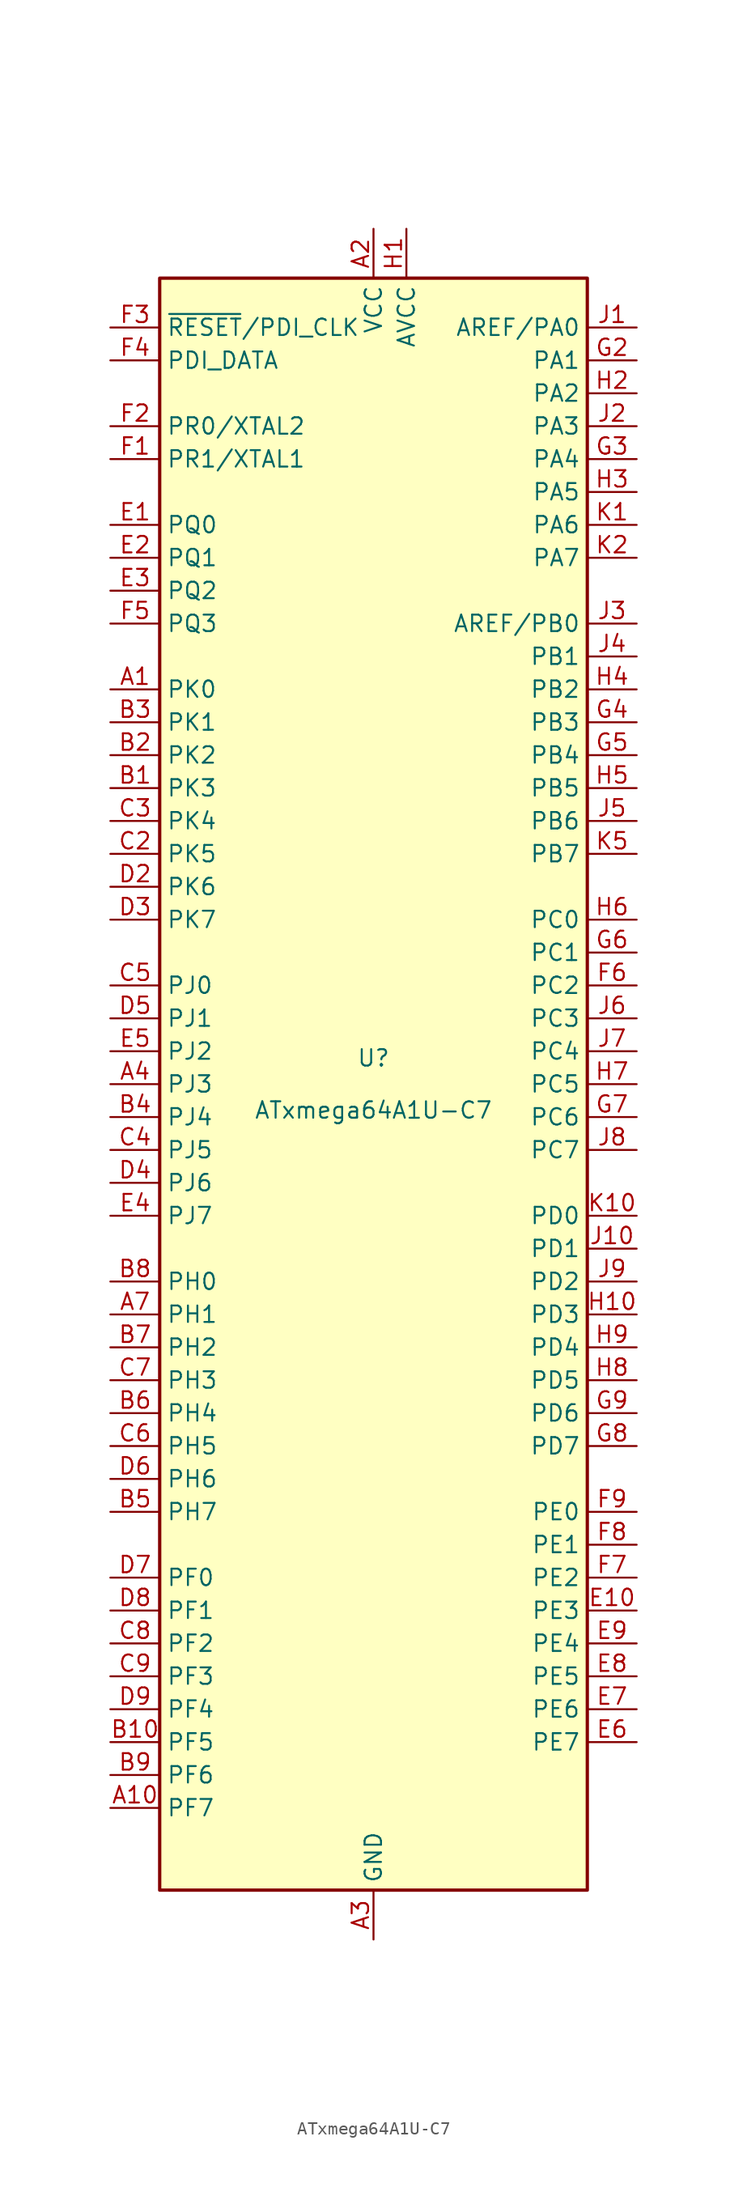
<source format=kicad_sym>
(kicad_symbol_lib
  (version 20201005)
  (generator kicad_symbol_editor)
  (symbol "ATxmega64A1U-C7"
    (property "Reference" "U"
      (at 0 1.27 0)
      (effects (font (size 1.27 1.27)) (justify bottom)))
    (property "Value" "ATxmega64A1U-C7"
      (at 0 -1.27 0)
      (effects (font (size 1.27 1.27)) (justify top)))
    (symbol "ATxmega64A1U-C7_0_1"
      (rectangle (start -16.51 -62.23) (end 16.51 62.23) (stroke (width 0.254)) (fill (type background))))
    (symbol "ATxmega64A1U-C7_1_1"
      (pin bidirectional line (at -20.32 30.48 0) (length 3.81) (name "PK0" (effects (font (size 1.27 1.27)))) (number "A1" (effects (font (size 1.27 1.27)))))
      (pin bidirectional line (at -20.32 -55.88 0) (length 3.81) (name "PF7" (effects (font (size 1.27 1.27)))) (number "A10" (effects (font (size 1.27 1.27)))))
      (pin power_in line (at 0 66.04 270) (length 3.81) (name "VCC" (effects (font (size 1.27 1.27)))) (number "A2" (effects (font (size 1.27 1.27)))))
      (pin power_in line (at 0 -66.04 90) (length 3.81) (name "GND" (effects (font (size 1.27 1.27)))) (number "A3" (effects (font (size 1.27 1.27)))))
      (pin bidirectional line (at -20.32 0 0) (length 3.81) (name "PJ3" (effects (font (size 1.27 1.27)))) (number "A4" (effects (font (size 1.27 1.27)))))
      (pin passive line (at 0 66.04 270) (length 3.81) hide (name "VCC" (effects (font (size 1.27 1.27)))) (number "A5" (effects (font (size 1.27 1.27)))))
      (pin passive line (at 0 -66.04 90) (length 3.81) hide (name "GND" (effects (font (size 1.27 1.27)))) (number "A6" (effects (font (size 1.27 1.27)))))
      (pin bidirectional line (at -20.32 -17.78 0) (length 3.81) (name "PH1" (effects (font (size 1.27 1.27)))) (number "A7" (effects (font (size 1.27 1.27)))))
      (pin passive line (at 0 -66.04 90) (length 3.81) hide (name "GND" (effects (font (size 1.27 1.27)))) (number "A8" (effects (font (size 1.27 1.27)))))
      (pin passive line (at 0 66.04 270) (length 3.81) hide (name "VCC" (effects (font (size 1.27 1.27)))) (number "A9" (effects (font (size 1.27 1.27)))))
      (pin bidirectional line (at -20.32 22.86 0) (length 3.81) (name "PK3" (effects (font (size 1.27 1.27)))) (number "B1" (effects (font (size 1.27 1.27)))))
      (pin bidirectional line (at -20.32 -50.8 0) (length 3.81) (name "PF5" (effects (font (size 1.27 1.27)))) (number "B10" (effects (font (size 1.27 1.27)))))
      (pin bidirectional line (at -20.32 25.4 0) (length 3.81) (name "PK2" (effects (font (size 1.27 1.27)))) (number "B2" (effects (font (size 1.27 1.27)))))
      (pin bidirectional line (at -20.32 27.94 0) (length 3.81) (name "PK1" (effects (font (size 1.27 1.27)))) (number "B3" (effects (font (size 1.27 1.27)))))
      (pin bidirectional line (at -20.32 -2.54 0) (length 3.81) (name "PJ4" (effects (font (size 1.27 1.27)))) (number "B4" (effects (font (size 1.27 1.27)))))
      (pin bidirectional line (at -20.32 -33.02 0) (length 3.81) (name "PH7" (effects (font (size 1.27 1.27)))) (number "B5" (effects (font (size 1.27 1.27)))))
      (pin bidirectional line (at -20.32 -25.4 0) (length 3.81) (name "PH4" (effects (font (size 1.27 1.27)))) (number "B6" (effects (font (size 1.27 1.27)))))
      (pin bidirectional line (at -20.32 -20.32 0) (length 3.81) (name "PH2" (effects (font (size 1.27 1.27)))) (number "B7" (effects (font (size 1.27 1.27)))))
      (pin bidirectional line (at -20.32 -15.24 0) (length 3.81) (name "PH0" (effects (font (size 1.27 1.27)))) (number "B8" (effects (font (size 1.27 1.27)))))
      (pin bidirectional line (at -20.32 -53.34 0) (length 3.81) (name "PF6" (effects (font (size 1.27 1.27)))) (number "B9" (effects (font (size 1.27 1.27)))))
      (pin passive line (at 0 66.04 270) (length 3.81) hide (name "VCC" (effects (font (size 1.27 1.27)))) (number "C1" (effects (font (size 1.27 1.27)))))
      (pin passive line (at 0 66.04 270) (length 3.81) hide (name "VCC" (effects (font (size 1.27 1.27)))) (number "C10" (effects (font (size 1.27 1.27)))))
      (pin bidirectional line (at -20.32 17.78 0) (length 3.81) (name "PK5" (effects (font (size 1.27 1.27)))) (number "C2" (effects (font (size 1.27 1.27)))))
      (pin bidirectional line (at -20.32 20.32 0) (length 3.81) (name "PK4" (effects (font (size 1.27 1.27)))) (number "C3" (effects (font (size 1.27 1.27)))))
      (pin bidirectional line (at -20.32 -5.08 0) (length 3.81) (name "PJ5" (effects (font (size 1.27 1.27)))) (number "C4" (effects (font (size 1.27 1.27)))))
      (pin bidirectional line (at -20.32 7.62 0) (length 3.81) (name "PJ0" (effects (font (size 1.27 1.27)))) (number "C5" (effects (font (size 1.27 1.27)))))
      (pin bidirectional line (at -20.32 -27.94 0) (length 3.81) (name "PH5" (effects (font (size 1.27 1.27)))) (number "C6" (effects (font (size 1.27 1.27)))))
      (pin bidirectional line (at -20.32 -22.86 0) (length 3.81) (name "PH3" (effects (font (size 1.27 1.27)))) (number "C7" (effects (font (size 1.27 1.27)))))
      (pin bidirectional line (at -20.32 -43.18 0) (length 3.81) (name "PF2" (effects (font (size 1.27 1.27)))) (number "C8" (effects (font (size 1.27 1.27)))))
      (pin bidirectional line (at -20.32 -45.72 0) (length 3.81) (name "PF3" (effects (font (size 1.27 1.27)))) (number "C9" (effects (font (size 1.27 1.27)))))
      (pin passive line (at 0 -66.04 90) (length 3.81) hide (name "GND" (effects (font (size 1.27 1.27)))) (number "D1" (effects (font (size 1.27 1.27)))))
      (pin passive line (at 0 -66.04 90) (length 3.81) hide (name "GND" (effects (font (size 1.27 1.27)))) (number "D10" (effects (font (size 1.27 1.27)))))
      (pin bidirectional line (at -20.32 15.24 0) (length 3.81) (name "PK6" (effects (font (size 1.27 1.27)))) (number "D2" (effects (font (size 1.27 1.27)))))
      (pin bidirectional line (at -20.32 12.7 0) (length 3.81) (name "PK7" (effects (font (size 1.27 1.27)))) (number "D3" (effects (font (size 1.27 1.27)))))
      (pin bidirectional line (at -20.32 -7.62 0) (length 3.81) (name "PJ6" (effects (font (size 1.27 1.27)))) (number "D4" (effects (font (size 1.27 1.27)))))
      (pin bidirectional line (at -20.32 5.08 0) (length 3.81) (name "PJ1" (effects (font (size 1.27 1.27)))) (number "D5" (effects (font (size 1.27 1.27)))))
      (pin bidirectional line (at -20.32 -30.48 0) (length 3.81) (name "PH6" (effects (font (size 1.27 1.27)))) (number "D6" (effects (font (size 1.27 1.27)))))
      (pin bidirectional line (at -20.32 -38.1 0) (length 3.81) (name "PF0" (effects (font (size 1.27 1.27)))) (number "D7" (effects (font (size 1.27 1.27)))))
      (pin bidirectional line (at -20.32 -40.64 0) (length 3.81) (name "PF1" (effects (font (size 1.27 1.27)))) (number "D8" (effects (font (size 1.27 1.27)))))
      (pin bidirectional line (at -20.32 -48.26 0) (length 3.81) (name "PF4" (effects (font (size 1.27 1.27)))) (number "D9" (effects (font (size 1.27 1.27)))))
      (pin bidirectional line (at -20.32 43.18 0) (length 3.81) (name "PQ0" (effects (font (size 1.27 1.27)))) (number "E1" (effects (font (size 1.27 1.27)))))
      (pin bidirectional line (at 20.32 -40.64 180) (length 3.81) (name "PE3" (effects (font (size 1.27 1.27)))) (number "E10" (effects (font (size 1.27 1.27)))))
      (pin bidirectional line (at -20.32 40.64 0) (length 3.81) (name "PQ1" (effects (font (size 1.27 1.27)))) (number "E2" (effects (font (size 1.27 1.27)))))
      (pin bidirectional line (at -20.32 38.1 0) (length 3.81) (name "PQ2" (effects (font (size 1.27 1.27)))) (number "E3" (effects (font (size 1.27 1.27)))))
      (pin bidirectional line (at -20.32 -10.16 0) (length 3.81) (name "PJ7" (effects (font (size 1.27 1.27)))) (number "E4" (effects (font (size 1.27 1.27)))))
      (pin bidirectional line (at -20.32 2.54 0) (length 3.81) (name "PJ2" (effects (font (size 1.27 1.27)))) (number "E5" (effects (font (size 1.27 1.27)))))
      (pin bidirectional line (at 20.32 -50.8 180) (length 3.81) (name "PE7" (effects (font (size 1.27 1.27)))) (number "E6" (effects (font (size 1.27 1.27)))))
      (pin bidirectional line (at 20.32 -48.26 180) (length 3.81) (name "PE6" (effects (font (size 1.27 1.27)))) (number "E7" (effects (font (size 1.27 1.27)))))
      (pin bidirectional line (at 20.32 -45.72 180) (length 3.81) (name "PE5" (effects (font (size 1.27 1.27)))) (number "E8" (effects (font (size 1.27 1.27)))))
      (pin bidirectional line (at 20.32 -43.18 180) (length 3.81) (name "PE4" (effects (font (size 1.27 1.27)))) (number "E9" (effects (font (size 1.27 1.27)))))
      (pin bidirectional line (at -20.32 48.26 0) (length 3.81) (name "PR1/XTAL1" (effects (font (size 1.27 1.27)))) (number "F1" (effects (font (size 1.27 1.27)))))
      (pin passive line (at 0 66.04 270) (length 3.81) hide (name "VCC" (effects (font (size 1.27 1.27)))) (number "F10" (effects (font (size 1.27 1.27)))))
      (pin bidirectional line (at -20.32 50.8 0) (length 3.81) (name "PR0/XTAL2" (effects (font (size 1.27 1.27)))) (number "F2" (effects (font (size 1.27 1.27)))))
      (pin input line (at -20.32 58.42 0) (length 3.81) (name "~RESET~/PDI_CLK" (effects (font (size 1.27 1.27)))) (number "F3" (effects (font (size 1.27 1.27)))))
      (pin bidirectional line (at -20.32 55.88 0) (length 3.81) (name "PDI_DATA" (effects (font (size 1.27 1.27)))) (number "F4" (effects (font (size 1.27 1.27)))))
      (pin bidirectional line (at -20.32 35.56 0) (length 3.81) (name "PQ3" (effects (font (size 1.27 1.27)))) (number "F5" (effects (font (size 1.27 1.27)))))
      (pin bidirectional line (at 20.32 7.62 180) (length 3.81) (name "PC2" (effects (font (size 1.27 1.27)))) (number "F6" (effects (font (size 1.27 1.27)))))
      (pin bidirectional line (at 20.32 -38.1 180) (length 3.81) (name "PE2" (effects (font (size 1.27 1.27)))) (number "F7" (effects (font (size 1.27 1.27)))))
      (pin bidirectional line (at 20.32 -35.56 180) (length 3.81) (name "PE1" (effects (font (size 1.27 1.27)))) (number "F8" (effects (font (size 1.27 1.27)))))
      (pin bidirectional line (at 20.32 -33.02 180) (length 3.81) (name "PE0" (effects (font (size 1.27 1.27)))) (number "F9" (effects (font (size 1.27 1.27)))))
      (pin passive line (at 0 -66.04 90) (length 3.81) hide (name "GND" (effects (font (size 1.27 1.27)))) (number "G1" (effects (font (size 1.27 1.27)))))
      (pin passive line (at 0 -66.04 90) (length 3.81) hide (name "GND" (effects (font (size 1.27 1.27)))) (number "G10" (effects (font (size 1.27 1.27)))))
      (pin bidirectional line (at 20.32 55.88 180) (length 3.81) (name "PA1" (effects (font (size 1.27 1.27)))) (number "G2" (effects (font (size 1.27 1.27)))))
      (pin bidirectional line (at 20.32 48.26 180) (length 3.81) (name "PA4" (effects (font (size 1.27 1.27)))) (number "G3" (effects (font (size 1.27 1.27)))))
      (pin bidirectional line (at 20.32 27.94 180) (length 3.81) (name "PB3" (effects (font (size 1.27 1.27)))) (number "G4" (effects (font (size 1.27 1.27)))))
      (pin bidirectional line (at 20.32 25.4 180) (length 3.81) (name "PB4" (effects (font (size 1.27 1.27)))) (number "G5" (effects (font (size 1.27 1.27)))))
      (pin bidirectional line (at 20.32 10.16 180) (length 3.81) (name "PC1" (effects (font (size 1.27 1.27)))) (number "G6" (effects (font (size 1.27 1.27)))))
      (pin bidirectional line (at 20.32 -2.54 180) (length 3.81) (name "PC6" (effects (font (size 1.27 1.27)))) (number "G7" (effects (font (size 1.27 1.27)))))
      (pin bidirectional line (at 20.32 -27.94 180) (length 3.81) (name "PD7" (effects (font (size 1.27 1.27)))) (number "G8" (effects (font (size 1.27 1.27)))))
      (pin bidirectional line (at 20.32 -25.4 180) (length 3.81) (name "PD6" (effects (font (size 1.27 1.27)))) (number "G9" (effects (font (size 1.27 1.27)))))
      (pin power_in line (at 2.54 66.04 270) (length 3.81) (name "AVCC" (effects (font (size 1.27 1.27)))) (number "H1" (effects (font (size 1.27 1.27)))))
      (pin bidirectional line (at 20.32 -17.78 180) (length 3.81) (name "PD3" (effects (font (size 1.27 1.27)))) (number "H10" (effects (font (size 1.27 1.27)))))
      (pin bidirectional line (at 20.32 53.34 180) (length 3.81) (name "PA2" (effects (font (size 1.27 1.27)))) (number "H2" (effects (font (size 1.27 1.27)))))
      (pin bidirectional line (at 20.32 45.72 180) (length 3.81) (name "PA5" (effects (font (size 1.27 1.27)))) (number "H3" (effects (font (size 1.27 1.27)))))
      (pin bidirectional line (at 20.32 30.48 180) (length 3.81) (name "PB2" (effects (font (size 1.27 1.27)))) (number "H4" (effects (font (size 1.27 1.27)))))
      (pin bidirectional line (at 20.32 22.86 180) (length 3.81) (name "PB5" (effects (font (size 1.27 1.27)))) (number "H5" (effects (font (size 1.27 1.27)))))
      (pin bidirectional line (at 20.32 12.7 180) (length 3.81) (name "PC0" (effects (font (size 1.27 1.27)))) (number "H6" (effects (font (size 1.27 1.27)))))
      (pin bidirectional line (at 20.32 0 180) (length 3.81) (name "PC5" (effects (font (size 1.27 1.27)))) (number "H7" (effects (font (size 1.27 1.27)))))
      (pin bidirectional line (at 20.32 -22.86 180) (length 3.81) (name "PD5" (effects (font (size 1.27 1.27)))) (number "H8" (effects (font (size 1.27 1.27)))))
      (pin bidirectional line (at 20.32 -20.32 180) (length 3.81) (name "PD4" (effects (font (size 1.27 1.27)))) (number "H9" (effects (font (size 1.27 1.27)))))
      (pin bidirectional line (at 20.32 58.42 180) (length 3.81) (name "AREF/PA0" (effects (font (size 1.27 1.27)))) (number "J1" (effects (font (size 1.27 1.27)))))
      (pin bidirectional line (at 20.32 -12.7 180) (length 3.81) (name "PD1" (effects (font (size 1.27 1.27)))) (number "J10" (effects (font (size 1.27 1.27)))))
      (pin bidirectional line (at 20.32 50.8 180) (length 3.81) (name "PA3" (effects (font (size 1.27 1.27)))) (number "J2" (effects (font (size 1.27 1.27)))))
      (pin bidirectional line (at 20.32 35.56 180) (length 3.81) (name "AREF/PB0" (effects (font (size 1.27 1.27)))) (number "J3" (effects (font (size 1.27 1.27)))))
      (pin bidirectional line (at 20.32 33.02 180) (length 3.81) (name "PB1" (effects (font (size 1.27 1.27)))) (number "J4" (effects (font (size 1.27 1.27)))))
      (pin bidirectional line (at 20.32 20.32 180) (length 3.81) (name "PB6" (effects (font (size 1.27 1.27)))) (number "J5" (effects (font (size 1.27 1.27)))))
      (pin bidirectional line (at 20.32 5.08 180) (length 3.81) (name "PC3" (effects (font (size 1.27 1.27)))) (number "J6" (effects (font (size 1.27 1.27)))))
      (pin bidirectional line (at 20.32 2.54 180) (length 3.81) (name "PC4" (effects (font (size 1.27 1.27)))) (number "J7" (effects (font (size 1.27 1.27)))))
      (pin bidirectional line (at 20.32 -5.08 180) (length 3.81) (name "PC7" (effects (font (size 1.27 1.27)))) (number "J8" (effects (font (size 1.27 1.27)))))
      (pin bidirectional line (at 20.32 -15.24 180) (length 3.81) (name "PD2" (effects (font (size 1.27 1.27)))) (number "J9" (effects (font (size 1.27 1.27)))))
      (pin bidirectional line (at 20.32 43.18 180) (length 3.81) (name "PA6" (effects (font (size 1.27 1.27)))) (number "K1" (effects (font (size 1.27 1.27)))))
      (pin bidirectional line (at 20.32 -10.16 180) (length 3.81) (name "PD0" (effects (font (size 1.27 1.27)))) (number "K10" (effects (font (size 1.27 1.27)))))
      (pin bidirectional line (at 20.32 40.64 180) (length 3.81) (name "PA7" (effects (font (size 1.27 1.27)))) (number "K2" (effects (font (size 1.27 1.27)))))
      (pin passive line (at 0 -66.04 90) (length 3.81) hide (name "GND" (effects (font (size 1.27 1.27)))) (number "K3" (effects (font (size 1.27 1.27)))))
      (pin passive line (at 2.54 66.04 270) (length 3.81) hide (name "AVCC" (effects (font (size 1.27 1.27)))) (number "K4" (effects (font (size 1.27 1.27)))))
      (pin bidirectional line (at 20.32 17.78 180) (length 3.81) (name "PB7" (effects (font (size 1.27 1.27)))) (number "K5" (effects (font (size 1.27 1.27)))))
      (pin passive line (at 0 66.04 270) (length 3.81) hide (name "VCC" (effects (font (size 1.27 1.27)))) (number "K6" (effects (font (size 1.27 1.27)))))
      (pin passive line (at 0 -66.04 90) (length 3.81) hide (name "GND" (effects (font (size 1.27 1.27)))) (number "K7" (effects (font (size 1.27 1.27)))))
      (pin passive line (at 0 66.04 270) (length 3.81) hide (name "VCC" (effects (font (size 1.27 1.27)))) (number "K8" (effects (font (size 1.27 1.27)))))
      (pin passive line (at 0 -66.04 90) (length 3.81) hide (name "GND" (effects (font (size 1.27 1.27)))) (number "K9" (effects (font (size 1.27 1.27))))))))
</source>
